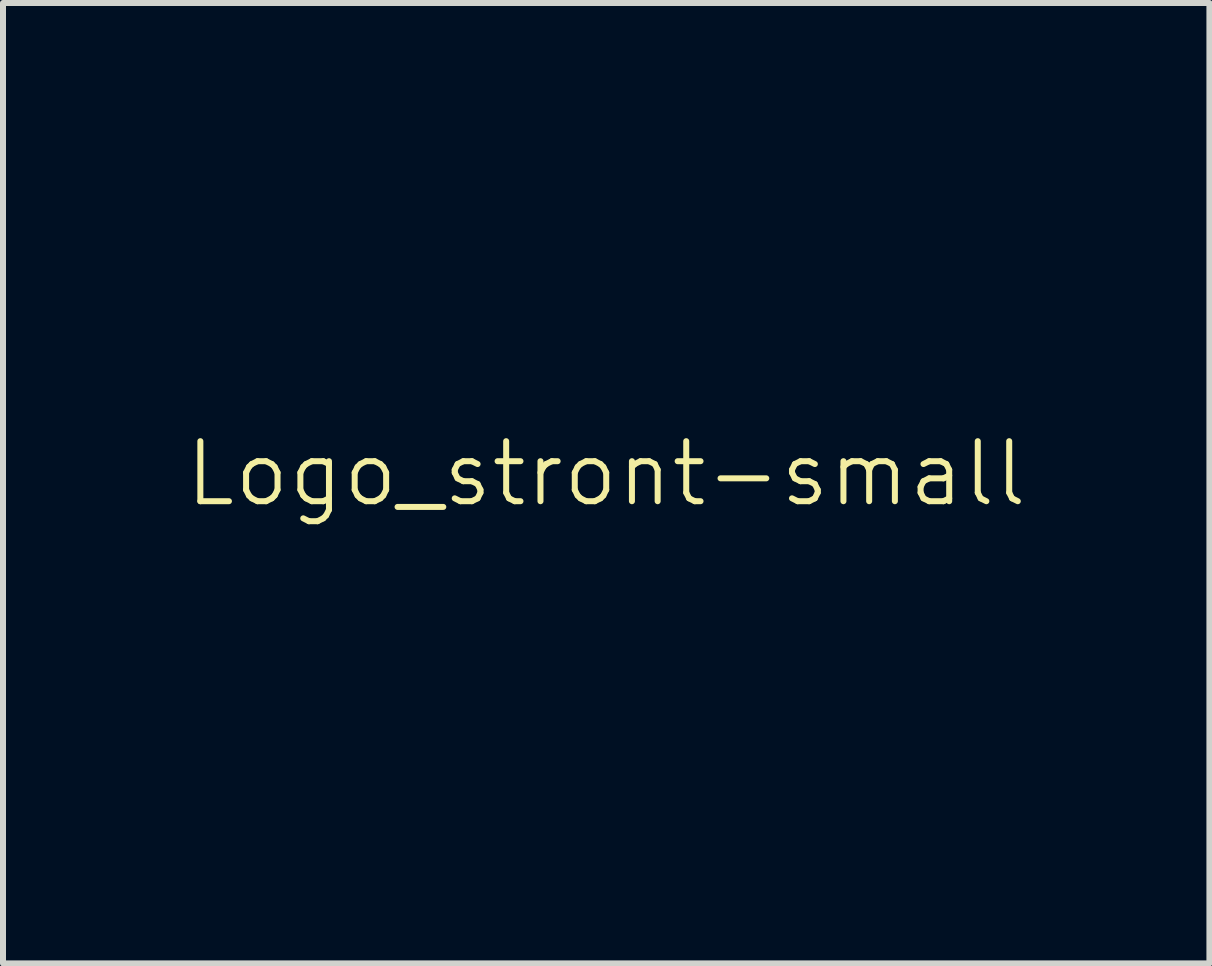
<source format=kicad_pcb>
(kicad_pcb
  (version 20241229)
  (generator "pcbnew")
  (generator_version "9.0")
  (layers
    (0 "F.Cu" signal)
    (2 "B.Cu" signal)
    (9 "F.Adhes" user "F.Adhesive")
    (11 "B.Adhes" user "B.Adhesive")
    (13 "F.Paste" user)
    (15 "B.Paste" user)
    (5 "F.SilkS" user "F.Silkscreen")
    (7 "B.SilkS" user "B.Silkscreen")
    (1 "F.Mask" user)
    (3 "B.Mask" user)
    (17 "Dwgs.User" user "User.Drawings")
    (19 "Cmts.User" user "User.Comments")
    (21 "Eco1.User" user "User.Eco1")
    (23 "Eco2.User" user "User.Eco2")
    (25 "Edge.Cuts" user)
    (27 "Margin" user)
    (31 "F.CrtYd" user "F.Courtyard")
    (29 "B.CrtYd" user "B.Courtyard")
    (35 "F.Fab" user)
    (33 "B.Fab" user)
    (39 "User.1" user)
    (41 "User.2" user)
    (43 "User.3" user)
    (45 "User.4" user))
  (footprint "Logo_stront-small"
    (layer "F.Cu")
    (at 7.05 5.343)
    (property "Reference" "Logo_stront-small" (at 0 -0.5 0) (unlocked yes) (layer "F.SilkS") (effects (font (size 1 1) (thickness 0.1))))
    (attr smd)
    (fp_poly (pts (xy 3.772 -3.769) (xy 3.82 -3.75) (xy 3.858 -3.72) (xy 3.885 -3.679) (xy 3.901 -3.627) (xy 3.905 -3.577) (xy 3.899 -3.518) (xy 3.882 -3.47) (xy 3.853 -3.433) (xy 3.813 -3.405) (xy 3.781 -3.393) (xy 3.722 -3.383) (xy 3.663 -3.389) (xy 3.646 -3.393) (xy 3.602 -3.415) (xy 3.567 -3.448) (xy 3.542 -3.492) (xy 3.528 -3.543) (xy 3.525 -3.581) (xy 3.531 -3.639) (xy 3.55 -3.688) (xy 3.58 -3.727) (xy 3.62 -3.755) (xy 3.67 -3.771) (xy 3.715 -3.775)) (stroke (width 0) (type solid)) (fill yes) (layer "F.Mask"))
    (fp_poly (pts (xy 3.752 -4.359) (xy 3.798 -4.343) (xy 3.834 -4.315) (xy 3.86 -4.276) (xy 3.875 -4.227) (xy 3.877 -4.21) (xy 3.876 -4.153) (xy 3.864 -4.102) (xy 3.841 -4.061) (xy 3.808 -4.029) (xy 3.767 -4.011) (xy 3.741 -4.003) (xy 3.721 -4) (xy 3.7 -4.002) (xy 3.672 -4.007) (xy 3.67 -4.008) (xy 3.631 -4.024) (xy 3.598 -4.053) (xy 3.573 -4.091) (xy 3.564 -4.116) (xy 3.554 -4.152) (xy 3.552 -4.183) (xy 3.555 -4.216) (xy 3.56 -4.241) (xy 3.576 -4.286) (xy 3.605 -4.322) (xy 3.642 -4.347) (xy 3.688 -4.361) (xy 3.738 -4.361)) (stroke (width 0) (type solid)) (fill yes) (layer "F.Mask"))
    (fp_poly (pts (xy 0.279 2.579) (xy 0.331 2.599) (xy 0.376 2.632) (xy 0.413 2.678) (xy 0.441 2.735) (xy 0.46 2.805) (xy 0.471 2.886) (xy 0.472 2.939) (xy 0.47 3.019) (xy 0.462 3.086) (xy 0.448 3.143) (xy 0.427 3.19) (xy 0.399 3.231) (xy 0.38 3.252) (xy 0.332 3.289) (xy 0.279 3.311) (xy 0.221 3.319) (xy 0.165 3.314) (xy 0.123 3.301) (xy 0.081 3.277) (xy 0.046 3.247) (xy 0.044 3.245) (xy 0.014 3.2) (xy -0.009 3.143) (xy -0.025 3.074) (xy -0.034 2.997) (xy -0.035 2.953) (xy -0.031 2.862) (xy -0.018 2.783) (xy 0.004 2.716) (xy 0.035 2.661) (xy 0.074 2.62) (xy 0.121 2.591) (xy 0.176 2.575) (xy 0.218 2.572)) (stroke (width 0) (type solid)) (fill yes) (layer "F.Mask"))
    (fp_poly (pts (xy 4.973 -0.342) (xy 4.973 4.658) (xy -0.027 4.658) (xy -5.028 4.658) (xy -5.028 3.17) (xy -3.188 3.17) (xy -3.185 3.209) (xy -3.177 3.253) (xy -3.161 3.302) (xy -3.14 3.349) (xy -3.131 3.364) (xy -3.084 3.425) (xy -3.024 3.477) (xy -2.952 3.521) (xy -2.87 3.554) (xy -2.785 3.576) (xy -2.74 3.582) (xy -2.685 3.584) (xy -2.624 3.583) (xy -2.564 3.58) (xy -2.508 3.573) (xy -2.479 3.568) (xy -2.446 3.558) (xy -2.405 3.544) (xy -2.365 3.527) (xy -2.35 3.52) (xy -2.283 3.482) (xy -2.229 3.438) (xy -2.188 3.387) (xy -2.166 3.348) (xy -2.155 3.323) (xy -2.148 3.303) (xy -2.143 3.282) (xy -2.141 3.256) (xy -2.141 3.221) (xy -2.141 3.209) (xy -2.143 3.15) (xy -2.151 3.102) (xy -2.165 3.062) (xy -2.188 3.025) (xy -2.22 2.988) (xy -2.226 2.981) (xy -2.262 2.949) (xy -2.302 2.921) (xy -2.348 2.897) (xy -2.402 2.874) (xy -2.467 2.853) (xy -2.543 2.833) (xy -2.61 2.818) (xy -2.683 2.799) (xy -2.741 2.778) (xy -2.784 2.756) (xy -2.812 2.732) (xy -2.816 2.725) (xy -2.83 2.689) (xy -2.831 2.652) (xy -2.818 2.616) (xy -2.793 2.585) (xy -2.758 2.561) (xy -2.736 2.551) (xy -2.702 2.544) (xy -2.662 2.542) (xy -2.619 2.544) (xy -2.581 2.55) (xy -2.553 2.559) (xy -2.524 2.58) (xy -2.498 2.609) (xy -2.481 2.64) (xy -2.477 2.656) (xy -2.473 2.678) (xy -2.469 2.693) (xy -2.469 2.695) (xy -2.464 2.698) (xy -2.45 2.701) (xy -2.426 2.703) (xy -2.391 2.704) (xy -2.343 2.705) (xy -2.301 2.705) (xy -2.245 2.705) (xy -2.203 2.705) (xy -2.173 2.703) (xy -2.153 2.7) (xy -2.142 2.695) (xy -2.137 2.685) (xy -2.137 2.672) (xy -2.141 2.653) (xy -2.145 2.634) (xy -2.16 2.581) (xy -2.164 2.572) (xy -2.035 2.572) (xy -1.945 2.572) (xy -1.856 2.572) (xy -1.855 2.929) (xy -1.855 3.02) (xy -1.855 3.097) (xy -1.854 3.161) (xy -1.853 3.213) (xy -1.852 3.255) (xy -1.85 3.288) (xy -1.848 3.313) (xy -1.846 3.332) (xy -1.844 3.339) (xy -1.823 3.407) (xy -1.791 3.465) (xy -1.748 3.512) (xy -1.694 3.547) (xy -1.63 3.572) (xy -1.556 3.584) (xy -1.472 3.585) (xy -1.413 3.579) (xy -1.38 3.574) (xy -1.349 3.569) (xy -1.33 3.564) (xy -1.129 3.564) (xy -0.965 3.564) (xy -0.801 3.564) (xy -0.801 3.161) (xy -0.801 3.069) (xy -0.801 2.996) (xy -0.364 2.996) (xy -0.363 3.019) (xy -0.349 3.123) (xy -0.323 3.219) (xy -0.284 3.306) (xy -0.235 3.382) (xy -0.18 3.442) (xy -0.114 3.493) (xy -0.039 3.534) (xy 0.043 3.564) (xy 0.131 3.582) (xy 0.221 3.588) (xy 0.313 3.581) (xy 0.341 3.577) (xy 0.388 3.564) (xy 1.004 3.564) (xy 1.168 3.564) (xy 1.332 3.564) (xy 1.332 3.127) (xy 1.332 2.69) (xy 1.358 2.657) (xy 1.395 2.621) (xy 1.442 2.594) (xy 1.495 2.578) (xy 1.553 2.573) (xy 1.606 2.579) (xy 1.654 2.595) (xy 1.691 2.62) (xy 1.716 2.654) (xy 1.734 2.685) (xy 1.737 3.125) (xy 1.739 3.564) (xy 1.907 3.564) (xy 2.076 3.564) (xy 2.072 3.109) (xy 2.071 3.01) (xy 2.07 2.926) (xy 2.069 2.855) (xy 2.068 2.795) (xy 2.067 2.746) (xy 2.066 2.706) (xy 2.064 2.674) (xy 2.063 2.648) (xy 2.061 2.628) (xy 2.058 2.612) (xy 2.055 2.599) (xy 2.047 2.572) (xy 2.207 2.572) (xy 2.297 2.572) (xy 2.387 2.572) (xy 2.387 2.925) (xy 2.387 3.018) (xy 2.388 3.096) (xy 2.388 3.162) (xy 2.39 3.217) (xy 2.392 3.262) (xy 2.395 3.299) (xy 2.398 3.33) (xy 2.403 3.356) (xy 2.409 3.378) (xy 2.416 3.398) (xy 2.425 3.418) (xy 2.43 3.428) (xy 2.448 3.457) (xy 2.471 3.487) (xy 2.485 3.501) (xy 2.537 3.54) (xy 2.597 3.567) (xy 2.666 3.582) (xy 2.744 3.586) (xy 2.83 3.579) (xy 2.863 3.574) (xy 2.893 3.569) (xy 2.915 3.564) (xy 2.916 3.563) (xy 2.942 3.555) (xy 2.942 3.432) (xy 2.942 3.308) (xy 2.877 3.312) (xy 2.826 3.312) (xy 2.788 3.307) (xy 2.76 3.294) (xy 2.74 3.274) (xy 2.735 3.267) (xy 2.731 3.26) (xy 2.728 3.252) (xy 2.725 3.241) (xy 2.723 3.227) (xy 2.721 3.207) (xy 2.72 3.18) (xy 2.719 3.145) (xy 2.718 3.1) (xy 2.718 3.044) (xy 2.717 2.974) (xy 2.716 2.906) (xy 2.714 2.572) (xy 2.82 2.572) (xy 2.926 2.572) (xy 2.926 2.447) (xy 2.926 2.322) (xy 2.82 2.322) (xy 2.715 2.322) (xy 2.715 2.169) (xy 2.715 2.017) (xy 2.553 2.019) (xy 2.391 2.021) (xy 2.389 2.171) (xy 2.386 2.322) (xy 2.297 2.322) (xy 2.207 2.322) (xy 2.207 2.447) (xy 2.207 2.572) (xy 2.047 2.572) (xy 2.031 2.521) (xy 1.997 2.455) (xy 1.953 2.401) (xy 1.9 2.359) (xy 1.863 2.339) (xy 1.838 2.327) (xy 1.816 2.319) (xy 1.794 2.314) (xy 1.768 2.311) (xy 1.734 2.309) (xy 1.707 2.308) (xy 1.626 2.309) (xy 1.556 2.319) (xy 1.494 2.338) (xy 1.437 2.368) (xy 1.383 2.409) (xy 1.374 2.418) (xy 1.326 2.463) (xy 1.321 2.41) (xy 1.318 2.381) (xy 1.315 2.356) (xy 1.314 2.341) (xy 1.313 2.336) (xy 1.309 2.332) (xy 1.301 2.329) (xy 1.285 2.327) (xy 1.261 2.326) (xy 1.227 2.325) (xy 1.179 2.324) (xy 1.158 2.324) (xy 1.004 2.322) (xy 1.004 2.943) (xy 1.004 3.564) (xy 0.388 3.564) (xy 0.434 3.552) (xy 0.516 3.516) (xy 0.588 3.468) (xy 0.651 3.408) (xy 0.705 3.335) (xy 0.735 3.281) (xy 0.769 3.199) (xy 0.791 3.106) (xy 0.802 3.005) (xy 0.802 2.896) (xy 0.8 2.868) (xy 0.787 2.766) (xy 0.762 2.674) (xy 0.726 2.592) (xy 0.678 2.517) (xy 0.664 2.499) (xy 0.601 2.434) (xy 0.529 2.383) (xy 0.449 2.344) (xy 0.361 2.319) (xy 0.264 2.307) (xy 0.223 2.306) (xy 0.131 2.31) (xy 0.049 2.325) (xy -0.027 2.351) (xy -0.099 2.389) (xy -0.117 2.401) (xy -0.187 2.457) (xy -0.245 2.523) (xy -0.292 2.599) (xy -0.328 2.686) (xy -0.352 2.781) (xy -0.364 2.885) (xy -0.364 2.996) (xy -0.801 2.996) (xy -0.801 2.992) (xy -0.801 2.927) (xy -0.8 2.874) (xy -0.799 2.831) (xy -0.797 2.797) (xy -0.795 2.77) (xy -0.791 2.75) (xy -0.787 2.735) (xy -0.781 2.723) (xy -0.774 2.713) (xy -0.766 2.704) (xy -0.756 2.695) (xy -0.753 2.692) (xy -0.711 2.661) (xy -0.662 2.641) (xy -0.602 2.63) (xy -0.532 2.628) (xy -0.508 2.629) (xy -0.435 2.634) (xy -0.432 2.48) (xy -0.432 2.432) (xy -0.432 2.39) (xy -0.433 2.355) (xy -0.434 2.33) (xy -0.435 2.319) (xy -0.436 2.318) (xy -0.446 2.315) (xy -0.468 2.311) (xy -0.498 2.309) (xy -0.518 2.308) (xy -0.557 2.307) (xy -0.587 2.308) (xy -0.611 2.313) (xy -0.635 2.32) (xy -0.638 2.321) (xy -0.698 2.352) (xy -0.749 2.394) (xy -0.778 2.43) (xy -0.805 2.469) (xy -0.813 2.397) (xy -0.82 2.326) (xy -0.975 2.324) (xy -1.129 2.322) (xy -1.129 2.943) (xy -1.129 3.564) (xy -1.33 3.564) (xy -1.328 3.564) (xy -1.326 3.563) (xy -1.301 3.555) (xy -1.301 3.433) (xy -1.301 3.31) (xy -1.382 3.31) (xy -1.42 3.31) (xy -1.447 3.308) (xy -1.464 3.305) (xy -1.478 3.299) (xy -1.486 3.294) (xy -1.495 3.286) (xy -1.503 3.277) (xy -1.509 3.266) (xy -1.515 3.25) (xy -1.518 3.23) (xy -1.521 3.202) (xy -1.524 3.166) (xy -1.525 3.12) (xy -1.526 3.064) (xy -1.527 2.995) (xy -1.527 2.911) (xy -1.527 2.894) (xy -1.527 2.572) (xy -1.422 2.572) (xy -1.317 2.572) (xy -1.317 2.447) (xy -1.317 2.322) (xy -1.422 2.322) (xy -1.527 2.322) (xy -1.527 2.169) (xy -1.527 2.017) (xy -1.692 2.017) (xy -1.856 2.017) (xy -1.856 2.169) (xy -1.856 2.322) (xy -1.945 2.322) (xy -2.035 2.322) (xy -2.035 2.447) (xy -2.035 2.572) (xy -2.164 2.572) (xy -2.185 2.527) (xy -2.215 2.478) (xy -2.227 2.463) (xy -2.276 2.418) (xy -2.336 2.378) (xy -2.405 2.346) (xy -2.48 2.322) (xy -2.515 2.314) (xy -2.558 2.309) (xy -2.611 2.307) (xy -2.668 2.307) (xy -2.725 2.309) (xy -2.775 2.314) (xy -2.806 2.318) (xy -2.884 2.341) (xy -2.954 2.374) (xy -3.014 2.416) (xy -3.065 2.465) (xy -3.106 2.521) (xy -3.134 2.583) (xy -3.148 2.648) (xy -3.149 2.715) (xy -3.145 2.742) (xy -3.128 2.802) (xy -3.1 2.856) (xy -3.06 2.904) (xy -3.007 2.947) (xy -2.941 2.986) (xy -2.862 3.02) (xy -2.768 3.05) (xy -2.677 3.072) (xy -2.616 3.089) (xy -2.562 3.108) (xy -2.519 3.13) (xy -2.487 3.154) (xy -2.471 3.173) (xy -2.461 3.207) (xy -2.461 3.245) (xy -2.472 3.279) (xy -2.479 3.29) (xy -2.495 3.305) (xy -2.518 3.322) (xy -2.532 3.329) (xy -2.552 3.339) (xy -2.571 3.344) (xy -2.594 3.348) (xy -2.627 3.349) (xy -2.649 3.349) (xy -2.686 3.349) (xy -2.713 3.347) (xy -2.733 3.343) (xy -2.753 3.336) (xy -2.774 3.326) (xy -2.819 3.296) (xy -2.85 3.258) (xy -2.868 3.213) (xy -2.87 3.205) (xy -2.876 3.17) (xy -3.032 3.17) (xy -3.188 3.17) (xy -5.028 3.17) (xy -5.028 -0.186) (xy -2.363 -0.186) (xy -2.363 -0.137) (xy -2.356 -0.037) (xy -2.336 0.066) (xy -2.304 0.171) (xy -2.26 0.274) (xy -2.205 0.373) (xy -2.194 0.391) (xy -2.17 0.422) (xy -2.137 0.46) (xy -2.097 0.502) (xy -2.054 0.544) (xy -2.009 0.585) (xy -1.967 0.621) (xy -1.929 0.649) (xy -1.925 0.652) (xy -1.804 0.724) (xy -1.673 0.784) (xy -1.534 0.833) (xy -1.389 0.87) (xy -1.239 0.894) (xy -1.184 0.899) (xy -1.122 0.904) (xy -1.065 0.906) (xy -1.008 0.906) (xy -0.944 0.904) (xy -0.876 0.9) (xy -0.723 0.884) (xy -0.593 0.861) (xy 0.613 0.861) (xy 0.941 0.861) (xy 1.27 0.861) (xy 1.27 0.056) (xy 1.27 -0.749) (xy 1.289 -0.787) (xy 1.325 -0.843) (xy 1.375 -0.893) (xy 1.435 -0.936) (xy 1.502 -0.97) (xy 1.566 -0.991) (xy 1.633 -1.003) (xy 1.709 -1.011) (xy 1.79 -1.013) (xy 1.872 -1.01) (xy 1.905 -1.007) (xy 1.941 -1.003) (xy 1.971 -1.001) (xy 1.992 -1) (xy 2 -1) (xy 2.001 -1.008) (xy 2.002 -1.03) (xy 2.003 -1.065) (xy 2.004 -1.11) (xy 2.005 -1.163) (xy 2.006 -1.225) (xy 2.008 -1.291) (xy 2.008 -1.316) (xy 2.014 -1.63) (xy 1.984 -1.639) (xy 1.917 -1.652) (xy 1.846 -1.659) (xy 1.777 -1.659) (xy 1.77 -1.658) (xy 1.672 -1.644) (xy 1.583 -1.617) (xy 1.5 -1.576) (xy 1.424 -1.522) (xy 1.354 -1.454) (xy 1.288 -1.371) (xy 1.269 -1.343) (xy 1.265 -1.337) (xy 1.262 -1.333) (xy 1.259 -1.333) (xy 1.257 -1.338) (xy 1.255 -1.35) (xy 1.253 -1.371) (xy 1.251 -1.401) (xy 1.248 -1.443) (xy 1.244 -1.498) (xy 1.241 -1.54) (xy 1.236 -1.616) (xy 0.925 -1.616) (xy 0.613 -1.616) (xy 0.613 -0.378) (xy 0.613 0.861) (xy -0.593 0.861) (xy -0.582 0.859) (xy -0.452 0.823) (xy -0.332 0.776) (xy -0.224 0.718) (xy -0.126 0.65) (xy -0.048 0.582) (xy 0.025 0.499) (xy 0.085 0.408) (xy 0.132 0.309) (xy 0.165 0.204) (xy 0.184 0.092) (xy 0.19 -0.025) (xy 0.184 -0.124) (xy 0.17 -0.214) (xy 0.149 -0.297) (xy 0.119 -0.378) (xy 0.094 -0.433) (xy 0.041 -0.523) (xy -0.023 -0.608) (xy -0.101 -0.688) (xy -0.191 -0.763) (xy -0.295 -0.834) (xy -0.413 -0.901) (xy -0.545 -0.964) (xy -0.691 -1.024) (xy -0.853 -1.08) (xy -0.858 -1.081) (xy -0.968 -1.117) (xy -1.064 -1.15) (xy -1.147 -1.181) (xy -1.22 -1.21) (xy -1.282 -1.238) (xy -1.336 -1.265) (xy -1.383 -1.293) (xy -1.423 -1.321) (xy -1.459 -1.35) (xy -1.47 -1.36) (xy -1.517 -1.412) (xy -1.549 -1.467) (xy -1.568 -1.526) (xy -1.573 -1.564) (xy -1.57 -1.638) (xy -1.554 -1.707) (xy -1.524 -1.769) (xy -1.481 -1.823) (xy -1.425 -1.87) (xy -1.356 -1.909) (xy -1.276 -1.94) (xy -1.194 -1.96) (xy -1.161 -1.964) (xy -1.118 -1.966) (xy -1.067 -1.967) (xy -1.013 -1.965) (xy -0.959 -1.963) (xy -0.91 -1.959) (xy -0.869 -1.954) (xy -0.844 -1.949) (xy -0.775 -1.924) (xy -0.708 -1.889) (xy -0.648 -1.846) (xy -0.598 -1.798) (xy -0.568 -1.759) (xy -0.545 -1.714) (xy -0.524 -1.66) (xy -0.508 -1.602) (xy -0.499 -1.546) (xy -0.499 -1.542) (xy -0.494 -1.483) (xy -0.153 -1.485) (xy 0.187 -1.487) (xy 0.186 -1.553) (xy 0.175 -1.666) (xy 0.149 -1.778) (xy 0.109 -1.886) (xy 0.055 -1.989) (xy -0.012 -2.086) (xy -0.078 -2.162) (xy -0.167 -2.243) (xy -0.268 -2.315) (xy -0.379 -2.377) (xy -0.5 -2.428) (xy -0.629 -2.469) (xy -0.765 -2.498) (xy -0.824 -2.506) (xy -0.871 -2.511) (xy -0.93 -2.513) (xy -0.996 -2.514) (xy -1.065 -2.514) (xy -1.134 -2.512) (xy -1.198 -2.509) (xy -1.254 -2.505) (xy -1.274 -2.503) (xy -1.416 -2.478) (xy -1.549 -2.444) (xy -1.672 -2.399) (xy -1.785 -2.346) (xy -1.887 -2.283) (xy -1.978 -2.212) (xy -2.057 -2.133) (xy -2.124 -2.047) (xy -2.178 -1.953) (xy -2.22 -1.853) (xy -2.247 -1.746) (xy -2.261 -1.633) (xy -2.262 -1.584) (xy -2.255 -1.47) (xy -2.233 -1.361) (xy -2.196 -1.257) (xy -2.145 -1.159) (xy -2.079 -1.066) (xy -1.998 -0.979) (xy -1.903 -0.896) (xy -1.793 -0.819) (xy -1.752 -0.794) (xy -1.693 -0.76) (xy -1.63 -0.728) (xy -1.561 -0.695) (xy -1.485 -0.662) (xy -1.399 -0.628) (xy -1.302 -0.591) (xy -1.193 -0.552) (xy -1.152 -0.538) (xy -1.058 -0.505) (xy -0.976 -0.475) (xy -0.906 -0.449) (xy -0.847 -0.425) (xy -0.795 -0.402) (xy -0.751 -0.38) (xy -0.711 -0.359) (xy -0.675 -0.337) (xy -0.66 -0.327) (xy -0.601 -0.278) (xy -0.556 -0.223) (xy -0.524 -0.158) (xy -0.505 -0.085) (xy -0.504 -0.074) (xy -0.5 0.004) (xy -0.51 0.076) (xy -0.534 0.142) (xy -0.571 0.2) (xy -0.621 0.251) (xy -0.684 0.293) (xy -0.759 0.326) (xy -0.809 0.341) (xy -0.845 0.348) (xy -0.893 0.353) (xy -0.949 0.357) (xy -1.009 0.359) (xy -1.068 0.359) (xy -1.123 0.358) (xy -1.171 0.354) (xy -1.172 0.353) (xy -1.275 0.335) (xy -1.368 0.306) (xy -1.448 0.267) (xy -1.517 0.219) (xy -1.573 0.16) (xy -1.605 0.115) (xy -1.63 0.064) (xy -1.651 0.003) (xy -1.666 -0.063) (xy -1.673 -0.121) (xy -1.678 -0.186) (xy -2.021 -0.186) (xy -2.363 -0.186) (xy -5.028 -0.186) (xy -5.028 -0.342) (xy -5.028 -3.532) (xy 2.098 -3.532) (xy 2.105 -3.473) (xy 2.124 -3.413) (xy 2.154 -3.355) (xy 2.193 -3.304) (xy 2.198 -3.3) (xy 2.233 -3.266) (xy 2.266 -3.24) (xy 2.3 -3.22) (xy 2.342 -3.202) (xy 2.393 -3.185) (xy 2.402 -3.182) (xy 2.451 -3.171) (xy 2.509 -3.164) (xy 2.573 -3.162) (xy 2.637 -3.164) (xy 2.695 -3.171) (xy 2.732 -3.178) (xy 2.814 -3.206) (xy 2.885 -3.243) (xy 2.945 -3.291) (xy 2.993 -3.346) (xy 3.028 -3.41) (xy 3.05 -3.481) (xy 3.058 -3.556) (xy 3.246 -3.556) (xy 3.254 -3.478) (xy 3.275 -3.407) (xy 3.309 -3.342) (xy 3.357 -3.286) (xy 3.415 -3.239) (xy 3.485 -3.201) (xy 3.554 -3.178) (xy 3.579 -3.172) (xy 3.604 -3.168) (xy 3.633 -3.166) (xy 3.669 -3.165) (xy 3.716 -3.165) (xy 3.731 -3.166) (xy 3.78 -3.167) (xy 3.818 -3.169) (xy 3.848 -3.172) (xy 3.874 -3.177) (xy 3.899 -3.184) (xy 3.912 -3.188) (xy 3.988 -3.22) (xy 4.052 -3.262) (xy 4.103 -3.314) (xy 4.143 -3.375) (xy 4.169 -3.444) (xy 4.182 -3.521) (xy 4.182 -3.587) (xy 4.17 -3.659) (xy 4.143 -3.725) (xy 4.103 -3.785) (xy 4.049 -3.838) (xy 4.011 -3.866) (xy 3.967 -3.895) (xy 3.991 -3.909) (xy 4.041 -3.947) (xy 4.086 -3.996) (xy 4.121 -4.052) (xy 4.14 -4.1) (xy 4.152 -4.163) (xy 4.152 -4.23) (xy 4.142 -4.299) (xy 4.122 -4.362) (xy 4.103 -4.399) (xy 4.077 -4.436) (xy 4.04 -4.473) (xy 3.998 -4.508) (xy 3.956 -4.534) (xy 3.953 -4.536) (xy 3.885 -4.562) (xy 3.81 -4.579) (xy 3.729 -4.585) (xy 3.648 -4.582) (xy 3.57 -4.569) (xy 3.498 -4.546) (xy 3.472 -4.534) (xy 3.429 -4.506) (xy 3.386 -4.469) (xy 3.348 -4.427) (xy 3.32 -4.385) (xy 3.317 -4.38) (xy 3.293 -4.316) (xy 3.28 -4.247) (xy 3.278 -4.178) (xy 3.289 -4.111) (xy 3.307 -4.059) (xy 3.34 -4.003) (xy 3.382 -3.953) (xy 3.43 -3.916) (xy 3.463 -3.895) (xy 3.419 -3.866) (xy 3.379 -3.836) (xy 3.341 -3.799) (xy 3.308 -3.761) (xy 3.287 -3.728) (xy 3.268 -3.682) (xy 3.254 -3.628) (xy 3.247 -3.575) (xy 3.246 -3.556) (xy 3.058 -3.556) (xy 3.059 -3.558) (xy 3.059 -3.565) (xy 3.057 -3.599) (xy 3.054 -3.632) (xy 3.05 -3.654) (xy 3.028 -3.717) (xy 2.993 -3.774) (xy 2.945 -3.824) (xy 2.889 -3.863) (xy 2.875 -3.87) (xy 2.832 -3.891) (xy 2.877 -3.92) (xy 2.932 -3.963) (xy 2.978 -4.014) (xy 3.011 -4.068) (xy 3.02 -4.089) (xy 3.026 -4.108) (xy 3.029 -4.13) (xy 3.031 -4.158) (xy 3.031 -4.197) (xy 3.031 -4.202) (xy 3.031 -4.245) (xy 3.029 -4.277) (xy 3.025 -4.303) (xy 3.018 -4.327) (xy 3.013 -4.339) (xy 2.981 -4.403) (xy 2.936 -4.458) (xy 2.88 -4.504) (xy 2.814 -4.54) (xy 2.737 -4.566) (xy 2.652 -4.581) (xy 2.576 -4.585) (xy 2.497 -4.581) (xy 2.427 -4.568) (xy 2.36 -4.545) (xy 2.326 -4.53) (xy 2.268 -4.496) (xy 2.218 -4.454) (xy 2.178 -4.409) (xy 2.157 -4.376) (xy 2.141 -4.34) (xy 2.128 -4.301) (xy 2.118 -4.264) (xy 2.113 -4.235) (xy 2.113 -4.232) (xy 2.113 -4.21) (xy 2.25 -4.21) (xy 2.386 -4.21) (xy 2.395 -4.242) (xy 2.413 -4.28) (xy 2.443 -4.314) (xy 2.481 -4.341) (xy 2.525 -4.359) (xy 2.572 -4.366) (xy 2.573 -4.366) (xy 2.621 -4.36) (xy 2.668 -4.344) (xy 2.706 -4.32) (xy 2.714 -4.312) (xy 2.742 -4.274) (xy 2.758 -4.23) (xy 2.762 -4.182) (xy 2.756 -4.134) (xy 2.738 -4.089) (xy 2.711 -4.051) (xy 2.678 -4.024) (xy 2.662 -4.016) (xy 2.648 -4.01) (xy 2.632 -4.006) (xy 2.61 -4.003) (xy 2.58 -4.002) (xy 2.539 -4) (xy 2.526 -4) (xy 2.41 -3.997) (xy 2.41 -3.89) (xy 2.41 -3.782) (xy 2.522 -3.778) (xy 2.579 -3.775) (xy 2.623 -3.771) (xy 2.655 -3.765) (xy 2.67 -3.761) (xy 2.711 -3.738) (xy 2.743 -3.705) (xy 2.766 -3.664) (xy 2.781 -3.617) (xy 2.784 -3.569) (xy 2.778 -3.521) (xy 2.76 -3.476) (xy 2.734 -3.442) (xy 2.695 -3.412) (xy 2.648 -3.392) (xy 2.595 -3.383) (xy 2.542 -3.384) (xy 2.491 -3.397) (xy 2.45 -3.417) (xy 2.421 -3.444) (xy 2.396 -3.478) (xy 2.378 -3.514) (xy 2.374 -3.531) (xy 2.369 -3.561) (xy 2.233 -3.561) (xy 2.098 -3.561) (xy 2.098 -3.532) (xy -5.028 -3.532) (xy -5.028 -5.343) (xy -0.027 -5.343) (xy 4.973 -5.343)) (stroke (width 0) (type solid)) (fill yes) (layer "F.Mask")))
  (gr_rect
    (start -3 -3)
    (end 17.1 13.001)
    (stroke (width 0.1) (type default))
    (fill no)
    (layer "Edge.Cuts")))
</source>
